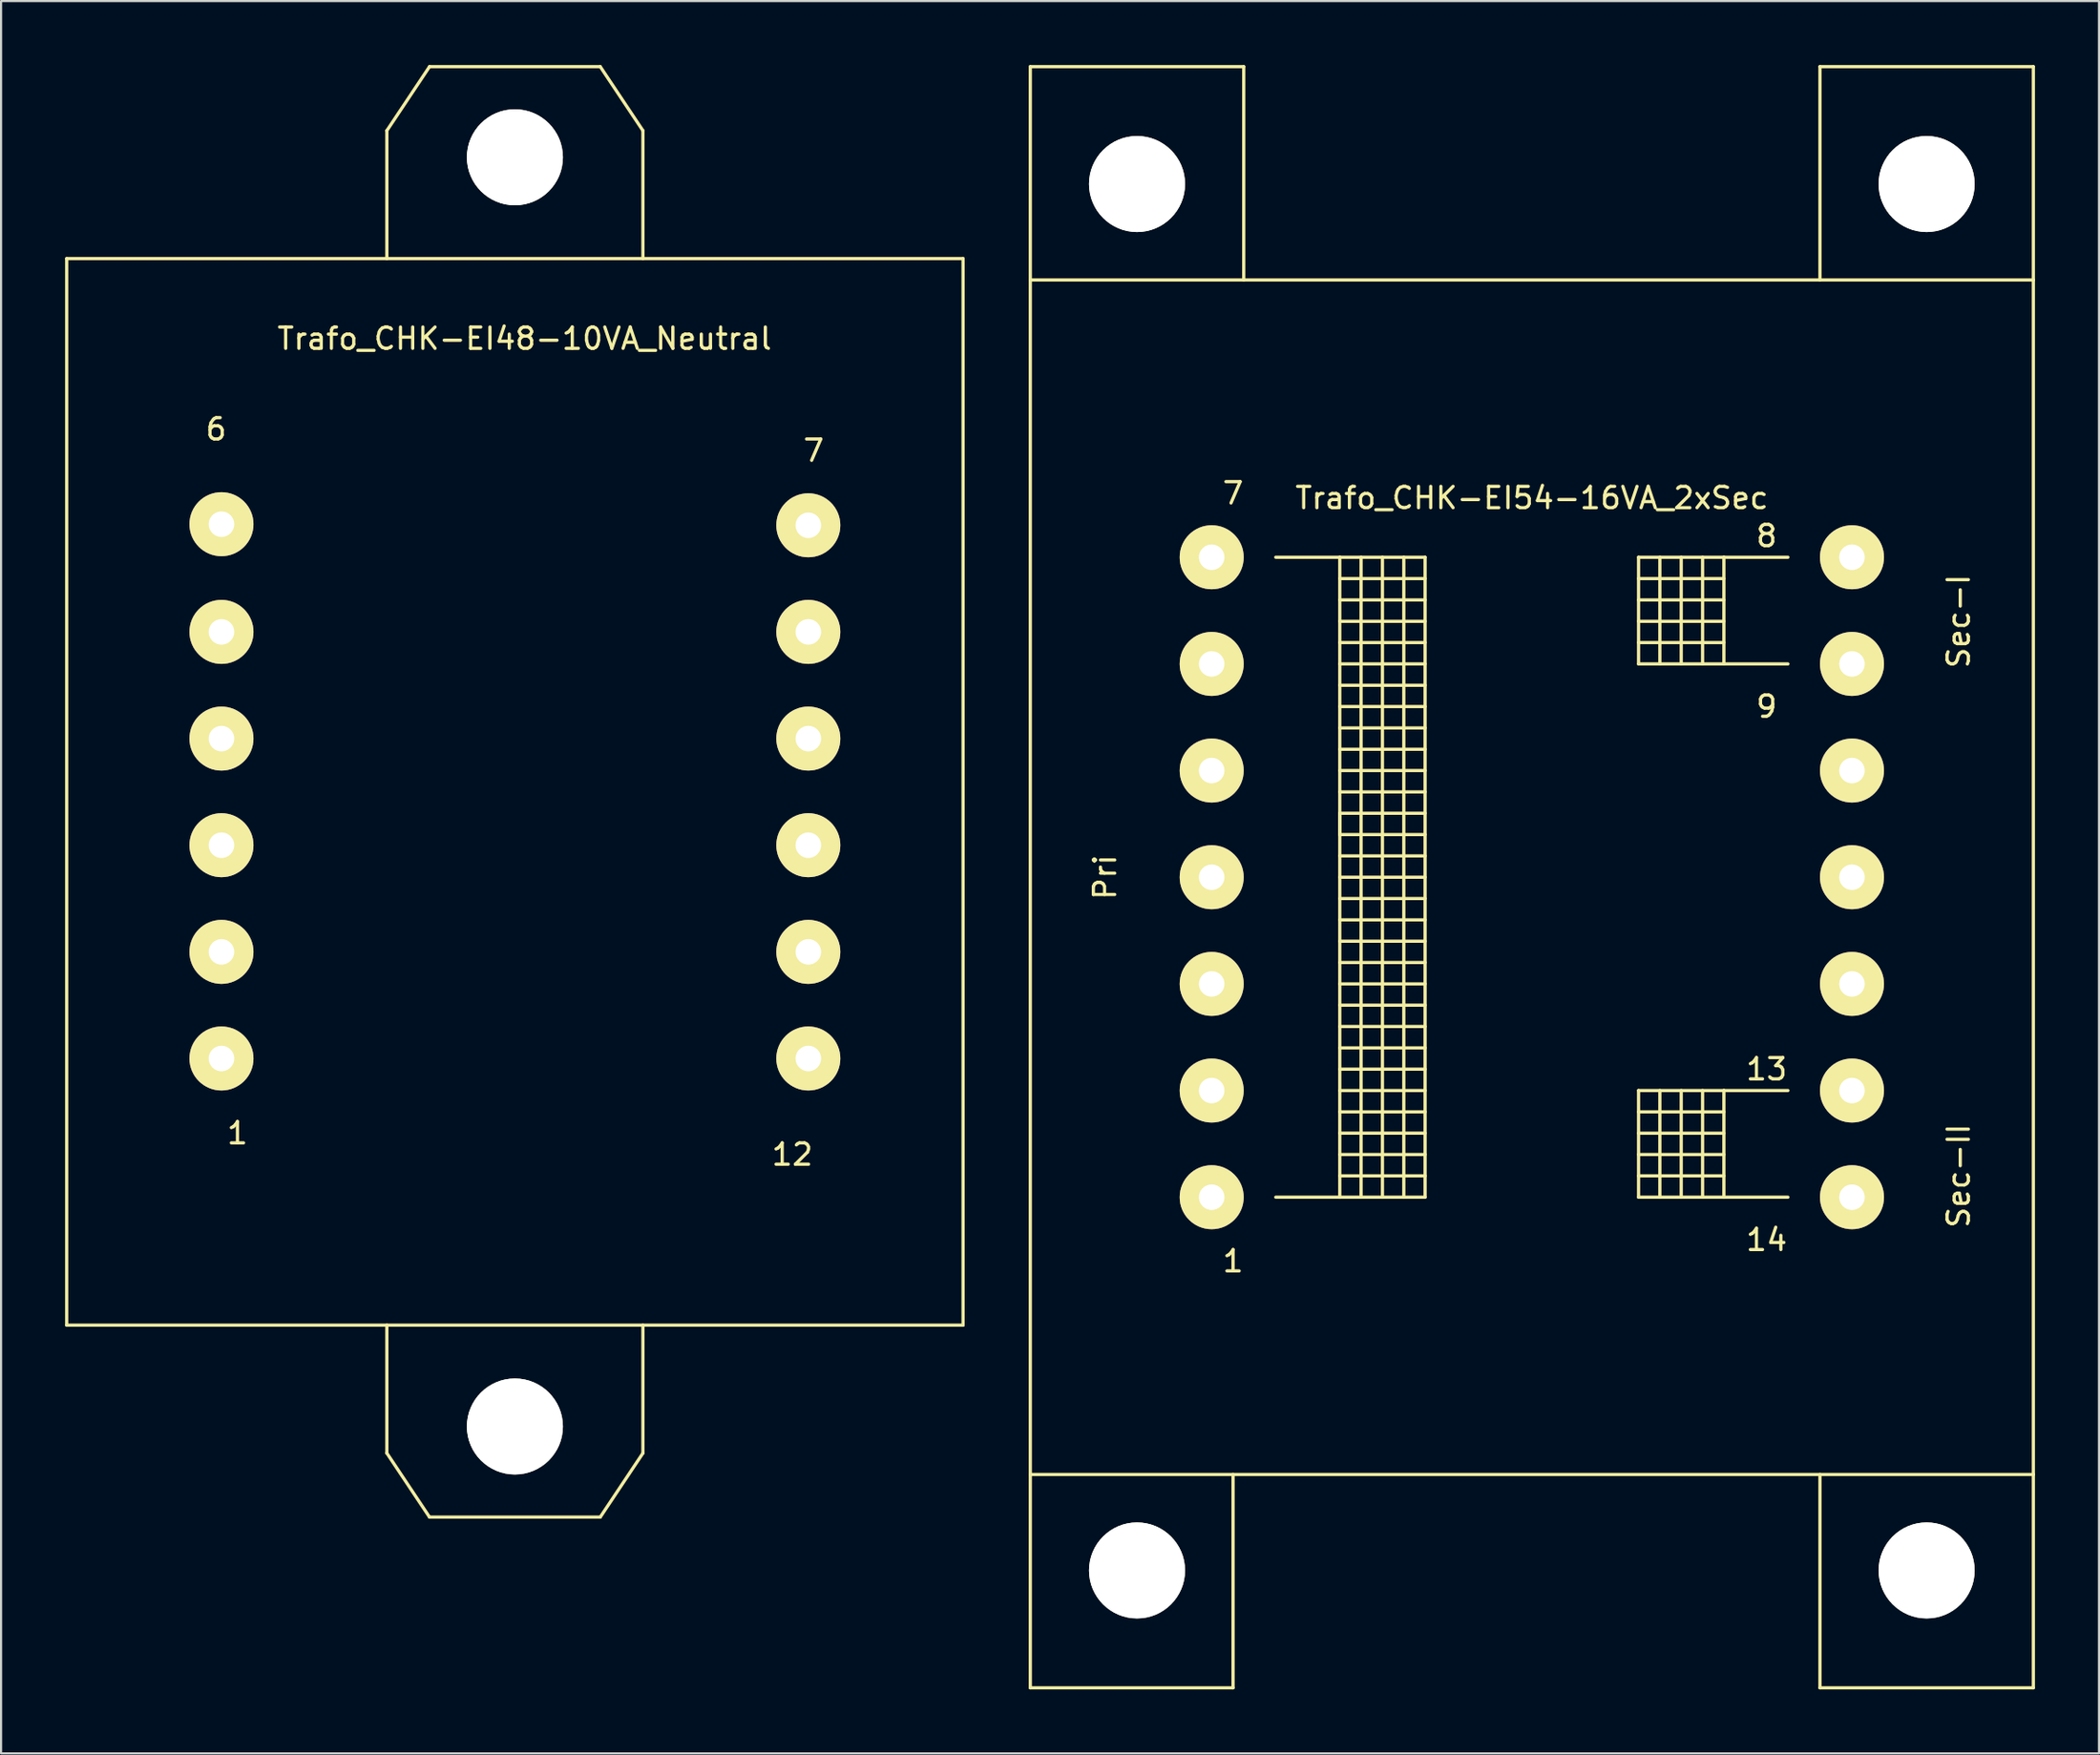
<source format=kicad_pcb>
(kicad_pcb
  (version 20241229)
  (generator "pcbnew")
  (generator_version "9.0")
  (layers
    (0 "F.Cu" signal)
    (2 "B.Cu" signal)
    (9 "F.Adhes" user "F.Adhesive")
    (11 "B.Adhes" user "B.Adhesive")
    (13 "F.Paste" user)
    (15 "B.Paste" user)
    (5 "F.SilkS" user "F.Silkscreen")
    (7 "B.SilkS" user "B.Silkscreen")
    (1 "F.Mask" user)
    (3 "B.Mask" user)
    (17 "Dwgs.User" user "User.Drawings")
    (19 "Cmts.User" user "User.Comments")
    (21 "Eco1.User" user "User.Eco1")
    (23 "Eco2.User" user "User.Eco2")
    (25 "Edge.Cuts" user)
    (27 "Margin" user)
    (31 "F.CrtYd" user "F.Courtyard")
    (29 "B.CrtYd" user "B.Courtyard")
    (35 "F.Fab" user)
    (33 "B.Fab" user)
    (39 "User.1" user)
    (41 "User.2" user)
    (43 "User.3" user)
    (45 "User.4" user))
  (footprint "Trafo_CHK-EI54-16VA_2xSec"
    (layer "F.Cu")
    (at 68.727 38.076)
    (property "Reference" "Trafo_CHK-EI54-16VA_2xSec" (at 0 -17.78 0) (layer "F.SilkS") (effects (font (size 1 1) (thickness 0.15))))
    (attr through_hole)
    (fp_line (start -23.5 -38.001) (end -13.5 -38.001) (stroke (width 0.15) (type solid)) (layer "F.SilkS"))
    (fp_line (start -23.5 -28.001) (end -23.5 -38.001) (stroke (width 0.15) (type solid)) (layer "F.SilkS"))
    (fp_line (start -23.5 -28.001) (end -23.5 28.001) (stroke (width 0.15) (type solid)) (layer "F.SilkS"))
    (fp_line (start -23.5 28.001) (end -23.5 38.001) (stroke (width 0.15) (type solid)) (layer "F.SilkS"))
    (fp_line (start -23.5 28.001) (end 23.5 28.001) (stroke (width 0.15) (type solid)) (layer "F.SilkS"))
    (fp_line (start -23.5 38.001) (end -14 38.001) (stroke (width 0.15) (type solid)) (layer "F.SilkS"))
    (fp_line (start -14 38.001) (end -14 28.001) (stroke (width 0.15) (type solid)) (layer "F.SilkS"))
    (fp_line (start -13.5 -38.001) (end -13.5 -28.001) (stroke (width 0.15) (type solid)) (layer "F.SilkS"))
    (fp_line (start -11.999 -15.001) (end -8.999 -15.001) (stroke (width 0.15) (type solid)) (layer "F.SilkS"))
    (fp_line (start -8.999 -15.001) (end -8.999 15.001) (stroke (width 0.15) (type solid)) (layer "F.SilkS"))
    (fp_line (start -8.999 -15.001) (end -5.001 -15.001) (stroke (width 0.15) (type solid)) (layer "F.SilkS"))
    (fp_line (start -8.999 -14) (end -5.001 -14) (stroke (width 0.15) (type solid)) (layer "F.SilkS"))
    (fp_line (start -8.999 -11.999) (end -5.001 -11.999) (stroke (width 0.15) (type solid)) (layer "F.SilkS"))
    (fp_line (start -8.999 -10) (end -5.001 -10) (stroke (width 0.15) (type solid)) (layer "F.SilkS"))
    (fp_line (start -8.999 -8.001) (end -5.001 -8.001) (stroke (width 0.15) (type solid)) (layer "F.SilkS"))
    (fp_line (start -8.999 -5.999) (end -5.001 -5.999) (stroke (width 0.15) (type solid)) (layer "F.SilkS"))
    (fp_line (start -8.999 -4) (end -5.001 -4) (stroke (width 0.15) (type solid)) (layer "F.SilkS"))
    (fp_line (start -8.999 -3) (end -8.999 -1.999) (stroke (width 0.15) (type solid)) (layer "F.SilkS"))
    (fp_line (start -8.999 -1.999) (end -5.001 -1.999) (stroke (width 0.15) (type solid)) (layer "F.SilkS"))
    (fp_line (start -8.999 0) (end -5.001 0) (stroke (width 0.15) (type solid)) (layer "F.SilkS"))
    (fp_line (start -8.999 1.999) (end -5.001 1.999) (stroke (width 0.15) (type solid)) (layer "F.SilkS"))
    (fp_line (start -8.999 4) (end -5.001 4) (stroke (width 0.15) (type solid)) (layer "F.SilkS"))
    (fp_line (start -8.999 5.999) (end -5.001 5.999) (stroke (width 0.15) (type solid)) (layer "F.SilkS"))
    (fp_line (start -8.999 8.001) (end -5.001 8.001) (stroke (width 0.15) (type solid)) (layer "F.SilkS"))
    (fp_line (start -8.999 10) (end -5.001 10) (stroke (width 0.15) (type solid)) (layer "F.SilkS"))
    (fp_line (start -8.999 11.999) (end -5.001 11.999) (stroke (width 0.15) (type solid)) (layer "F.SilkS"))
    (fp_line (start -8.999 14) (end -5.001 14) (stroke (width 0.15) (type solid)) (layer "F.SilkS"))
    (fp_line (start -8.999 15.001) (end -11.999 15.001) (stroke (width 0.15) (type solid)) (layer "F.SilkS"))
    (fp_line (start -8.001 15.001) (end -8.001 -15.001) (stroke (width 0.15) (type solid)) (layer "F.SilkS"))
    (fp_line (start -7 -15.001) (end -7 15.001) (stroke (width 0.15) (type solid)) (layer "F.SilkS"))
    (fp_line (start -5.999 15.001) (end -5.999 -15.001) (stroke (width 0.15) (type solid)) (layer "F.SilkS"))
    (fp_line (start -5.001 -15.001) (end -5.001 15.001) (stroke (width 0.15) (type solid)) (layer "F.SilkS"))
    (fp_line (start -5.001 -13) (end -8.999 -13) (stroke (width 0.15) (type solid)) (layer "F.SilkS"))
    (fp_line (start -5.001 -11.001) (end -8.999 -11.001) (stroke (width 0.15) (type solid)) (layer "F.SilkS"))
    (fp_line (start -5.001 -8.999) (end -8.999 -8.999) (stroke (width 0.15) (type solid)) (layer "F.SilkS"))
    (fp_line (start -5.001 -7) (end -8.999 -7) (stroke (width 0.15) (type solid)) (layer "F.SilkS"))
    (fp_line (start -5.001 -5.001) (end -8.999 -5.001) (stroke (width 0.15) (type solid)) (layer "F.SilkS"))
    (fp_line (start -5.001 -3) (end -8.999 -3) (stroke (width 0.15) (type solid)) (layer "F.SilkS"))
    (fp_line (start -5.001 -1.001) (end -8.999 -1.001) (stroke (width 0.15) (type solid)) (layer "F.SilkS"))
    (fp_line (start -5.001 1.001) (end -8.999 1.001) (stroke (width 0.15) (type solid)) (layer "F.SilkS"))
    (fp_line (start -5.001 3) (end -8.999 3) (stroke (width 0.15) (type solid)) (layer "F.SilkS"))
    (fp_line (start -5.001 5.001) (end -8.999 5.001) (stroke (width 0.15) (type solid)) (layer "F.SilkS"))
    (fp_line (start -5.001 7) (end -8.999 7) (stroke (width 0.15) (type solid)) (layer "F.SilkS"))
    (fp_line (start -5.001 8.999) (end -8.999 8.999) (stroke (width 0.15) (type solid)) (layer "F.SilkS"))
    (fp_line (start -5.001 11.001) (end -8.999 11.001) (stroke (width 0.15) (type solid)) (layer "F.SilkS"))
    (fp_line (start -5.001 13) (end -8.999 13) (stroke (width 0.15) (type solid)) (layer "F.SilkS"))
    (fp_line (start -5.001 15.001) (end -8.999 15.001) (stroke (width 0.15) (type solid)) (layer "F.SilkS"))
    (fp_line (start 5.001 -15.001) (end 5.001 -10) (stroke (width 0.15) (type solid)) (layer "F.SilkS"))
    (fp_line (start 5.001 -14) (end 8.999 -14) (stroke (width 0.15) (type solid)) (layer "F.SilkS"))
    (fp_line (start 5.001 -11.999) (end 8.999 -11.999) (stroke (width 0.15) (type solid)) (layer "F.SilkS"))
    (fp_line (start 5.001 -10) (end 8.999 -10) (stroke (width 0.15) (type solid)) (layer "F.SilkS"))
    (fp_line (start 5.001 10) (end 5.001 15.001) (stroke (width 0.15) (type solid)) (layer "F.SilkS"))
    (fp_line (start 5.001 11.001) (end 8.999 11.001) (stroke (width 0.15) (type solid)) (layer "F.SilkS"))
    (fp_line (start 5.001 13.002) (end 8.999 13.002) (stroke (width 0.15) (type solid)) (layer "F.SilkS"))
    (fp_line (start 5.001 15.001) (end 8.999 15.001) (stroke (width 0.15) (type solid)) (layer "F.SilkS"))
    (fp_line (start 5.999 -10) (end 5.999 -15.001) (stroke (width 0.15) (type solid)) (layer "F.SilkS"))
    (fp_line (start 5.999 15.001) (end 5.999 10) (stroke (width 0.15) (type solid)) (layer "F.SilkS"))
    (fp_line (start 7 -15.001) (end 7 -10) (stroke (width 0.15) (type solid)) (layer "F.SilkS"))
    (fp_line (start 7 10) (end 7 15.001) (stroke (width 0.15) (type solid)) (layer "F.SilkS"))
    (fp_line (start 8.001 -10) (end 8.001 -15.001) (stroke (width 0.15) (type solid)) (layer "F.SilkS"))
    (fp_line (start 8.001 15.001) (end 8.001 10) (stroke (width 0.15) (type solid)) (layer "F.SilkS"))
    (fp_line (start 8.999 -15.001) (end 5.001 -15.001) (stroke (width 0.15) (type solid)) (layer "F.SilkS"))
    (fp_line (start 8.999 -15.001) (end 8.999 -10) (stroke (width 0.15) (type solid)) (layer "F.SilkS"))
    (fp_line (start 8.999 -13) (end 5.001 -13) (stroke (width 0.15) (type solid)) (layer "F.SilkS"))
    (fp_line (start 8.999 -11.001) (end 5.001 -11.001) (stroke (width 0.15) (type solid)) (layer "F.SilkS"))
    (fp_line (start 8.999 -10) (end 11.999 -10) (stroke (width 0.15) (type solid)) (layer "F.SilkS"))
    (fp_line (start 8.999 10) (end 5.001 10) (stroke (width 0.15) (type solid)) (layer "F.SilkS"))
    (fp_line (start 8.999 10) (end 8.999 15.001) (stroke (width 0.15) (type solid)) (layer "F.SilkS"))
    (fp_line (start 8.999 12.002) (end 5.001 12.002) (stroke (width 0.15) (type solid)) (layer "F.SilkS"))
    (fp_line (start 8.999 14) (end 5.001 14) (stroke (width 0.15) (type solid)) (layer "F.SilkS"))
    (fp_line (start 8.999 15.001) (end 11.999 15.001) (stroke (width 0.15) (type solid)) (layer "F.SilkS"))
    (fp_line (start 11.999 -15.001) (end 8.999 -15.001) (stroke (width 0.15) (type solid)) (layer "F.SilkS"))
    (fp_line (start 11.999 10) (end 8.999 10) (stroke (width 0.15) (type solid)) (layer "F.SilkS"))
    (fp_line (start 13.5 -38.001) (end 13.5 -28.001) (stroke (width 0.15) (type solid)) (layer "F.SilkS"))
    (fp_line (start 13.5 38.001) (end 13.5 28.001) (stroke (width 0.15) (type solid)) (layer "F.SilkS"))
    (fp_line (start 23.5 -38.001) (end 13.5 -38.001) (stroke (width 0.15) (type solid)) (layer "F.SilkS"))
    (fp_line (start 23.5 -28.001) (end -23.5 -28.001) (stroke (width 0.15) (type solid)) (layer "F.SilkS"))
    (fp_line (start 23.5 -28.001) (end 23.5 -38.001) (stroke (width 0.15) (type solid)) (layer "F.SilkS"))
    (fp_line (start 23.5 28.001) (end 23.5 -28.001) (stroke (width 0.15) (type solid)) (layer "F.SilkS"))
    (fp_line (start 23.5 28.001) (end 23.5 38.001) (stroke (width 0.15) (type solid)) (layer "F.SilkS"))
    (fp_line (start 23.5 38.001) (end 13.5 38.001) (stroke (width 0.15) (type solid)) (layer "F.SilkS"))
    (fp_text user "14" (at 11.001 17 0) (layer "F.SilkS") (effects (font (size 1 1) (thickness 0.15))))
    (fp_text user "Sec-I" (at 20 -11.999 90) (layer "F.SilkS") (effects (font (size 1 1) (thickness 0.15))))
    (fp_text user "1" (at -14 18.001 0) (layer "F.SilkS") (effects (font (size 1 1) (thickness 0.15))))
    (fp_text user "7" (at -14 -18.001 0) (layer "F.SilkS") (effects (font (size 1 1) (thickness 0.15))))
    (fp_text user "8" (at 11.001 -15.999 0) (layer "F.SilkS") (effects (font (size 1 1) (thickness 0.15))))
    (fp_text user "Pri" (at -20 0 90) (layer "F.SilkS") (effects (font (size 1 1) (thickness 0.15))))
    (fp_text user "9" (at 11.001 -8.001 0) (layer "F.SilkS") (effects (font (size 1 1) (thickness 0.15))))
    (fp_text user "Sec-II" (at 20 14 90) (layer "F.SilkS") (effects (font (size 1 1) (thickness 0.15))))
    (fp_text user "13" (at 11.001 8.999 0) (layer "F.SilkS") (effects (font (size 1 1) (thickness 0.15))))
    (pad "" np_thru_hole circle (at -18.499 -32.499) (size 4.501 4.501) (drill 4.501) (layers "*.Cu" "*.Mask" "F.SilkS"))
    (pad "" np_thru_hole circle (at -18.499 32.499) (size 4.501 4.501) (drill 4.501) (layers "*.Cu" "*.Mask" "F.SilkS"))
    (pad "" np_thru_hole circle (at 18.499 -32.499) (size 4.501 4.501) (drill 4.501) (layers "*.Cu" "*.Mask" "F.SilkS"))
    (pad "" np_thru_hole circle (at 18.499 32.499) (size 4.501 4.501) (drill 4.501) (layers "*.Cu" "*.Mask" "F.SilkS"))
    (pad "1" thru_hole circle (at -15.001 15.001) (size 3 3) (drill 1.199) (layers "*.Cu" "*.Mask" "F.SilkS"))
    (pad "2" thru_hole circle (at -15.001 10) (size 3 3) (drill 1.199) (layers "*.Cu" "*.Mask" "F.SilkS"))
    (pad "3" thru_hole circle (at -15.001 5.001) (size 3 3) (drill 1.199) (layers "*.Cu" "*.Mask" "F.SilkS"))
    (pad "4" thru_hole circle (at -15.001 0) (size 3 3) (drill 1.199) (layers "*.Cu" "*.Mask" "F.SilkS"))
    (pad "5" thru_hole circle (at -15.001 -5.001) (size 3 3) (drill 1.199) (layers "*.Cu" "*.Mask" "F.SilkS"))
    (pad "6" thru_hole circle (at -15.001 -10) (size 3 3) (drill 1.199) (layers "*.Cu" "*.Mask" "F.SilkS"))
    (pad "7" thru_hole circle (at -15.001 -15.001) (size 3 3) (drill 1.199) (layers "*.Cu" "*.Mask" "F.SilkS"))
    (pad "8" thru_hole circle (at 15.001 -15.001) (size 3 3) (drill 1.199) (layers "*.Cu" "*.Mask" "F.SilkS"))
    (pad "9" thru_hole circle (at 15.001 -10) (size 3 3) (drill 1.199) (layers "*.Cu" "*.Mask" "F.SilkS"))
    (pad "10" thru_hole circle (at 15.001 -5.001) (size 3 3) (drill 1.199) (layers "*.Cu" "*.Mask" "F.SilkS"))
    (pad "11" thru_hole circle (at 15.001 0) (size 3 3) (drill 1.199) (layers "*.Cu" "*.Mask" "F.SilkS"))
    (pad "12" thru_hole circle (at 15.001 5.001) (size 3 3) (drill 1.199) (layers "*.Cu" "*.Mask" "F.SilkS"))
    (pad "13" thru_hole circle (at 15.001 10) (size 3 3) (drill 1.199) (layers "*.Cu" "*.Mask" "F.SilkS"))
    (pad "14" thru_hole circle (at 15.001 15.001) (size 3 3) (drill 1.199) (layers "*.Cu" "*.Mask" "F.SilkS")))
  (footprint "Trafo_CHK-EI48-10VA_Neutral"
    (layer "F.Cu")
    (at 21.076 34.075)
    (property "Reference" "Trafo_CHK-EI48-10VA_Neutral" (at 0.45 -21.25 0) (layer "F.SilkS") (effects (font (size 1 1) (thickness 0.15))))
    (attr through_hole)
    (fp_line (start -21.001 -25.001) (end -21.001 25.001) (stroke (width 0.15) (type solid)) (layer "F.SilkS"))
    (fp_line (start -21.001 25.001) (end 21.001 25.001) (stroke (width 0.15) (type solid)) (layer "F.SilkS"))
    (fp_line (start -5.999 -31.001) (end -5.999 -25.001) (stroke (width 0.15) (type solid)) (layer "F.SilkS"))
    (fp_line (start -5.999 31.001) (end -5.999 25.001) (stroke (width 0.15) (type solid)) (layer "F.SilkS"))
    (fp_line (start -4 -34) (end -5.999 -31.001) (stroke (width 0.15) (type solid)) (layer "F.SilkS"))
    (fp_line (start -4 34) (end -5.999 31.001) (stroke (width 0.15) (type solid)) (layer "F.SilkS"))
    (fp_line (start 4 -34) (end -4 -34) (stroke (width 0.15) (type solid)) (layer "F.SilkS"))
    (fp_line (start 4 34) (end -4 34) (stroke (width 0.15) (type solid)) (layer "F.SilkS"))
    (fp_line (start 5.999 -31.001) (end 4 -34) (stroke (width 0.15) (type solid)) (layer "F.SilkS"))
    (fp_line (start 5.999 -25.001) (end 5.999 -31.001) (stroke (width 0.15) (type solid)) (layer "F.SilkS"))
    (fp_line (start 5.999 25.001) (end 5.999 31.001) (stroke (width 0.15) (type solid)) (layer "F.SilkS"))
    (fp_line (start 5.999 31.001) (end 4 34) (stroke (width 0.15) (type solid)) (layer "F.SilkS"))
    (fp_line (start 21.001 -25.001) (end -21.001 -25.001) (stroke (width 0.15) (type solid)) (layer "F.SilkS"))
    (fp_line (start 21.001 25.001) (end 21.001 -25.001) (stroke (width 0.15) (type solid)) (layer "F.SilkS"))
    (fp_text user "12" (at 13 17 0) (layer "F.SilkS") (effects (font (size 1 1) (thickness 0.15))))
    (fp_text user "7" (at 14 -15.999 0) (layer "F.SilkS") (effects (font (size 1 1) (thickness 0.15))))
    (fp_text user "1" (at -13 15.999 0) (layer "F.SilkS") (effects (font (size 1 1) (thickness 0.15))))
    (fp_text user "6" (at -14 -17 0) (layer "F.SilkS") (effects (font (size 1 1) (thickness 0.15))))
    (pad "" np_thru_hole circle (at 0 -29.751) (size 4.501 4.501) (drill 4.501) (layers "*.Cu" "*.Mask" "F.SilkS"))
    (pad "" np_thru_hole circle (at 0 29.751) (size 4.501 4.501) (drill 4.501) (layers "*.Cu" "*.Mask" "F.SilkS"))
    (pad "1" thru_hole circle (at -13.749 12.499) (size 3 3) (drill 1.199) (layers "*.Cu" "*.Mask" "F.SilkS"))
    (pad "2" thru_hole circle (at -13.749 7.501) (size 3 3) (drill 1.199) (layers "*.Cu" "*.Mask" "F.SilkS"))
    (pad "3" thru_hole circle (at -13.749 2.499) (size 3 3) (drill 1.199) (layers "*.Cu" "*.Mask" "F.SilkS"))
    (pad "4" thru_hole circle (at -13.749 -2.499) (size 3 3) (drill 1.199) (layers "*.Cu" "*.Mask" "F.SilkS"))
    (pad "5" thru_hole circle (at -13.749 -7.501) (size 3 3) (drill 1.199) (layers "*.Cu" "*.Mask" "F.SilkS"))
    (pad "6" thru_hole circle (at -13.749 -12.55) (size 3 3) (drill 1.199) (layers "*.Cu" "*.Mask" "F.SilkS"))
    (pad "7" thru_hole circle (at 13.749 -12.499) (size 3 3) (drill 1.199) (layers "*.Cu" "*.Mask" "F.SilkS"))
    (pad "8" thru_hole circle (at 13.749 -7.501) (size 3 3) (drill 1.199) (layers "*.Cu" "*.Mask" "F.SilkS"))
    (pad "9" thru_hole circle (at 13.749 -2.499) (size 3 3) (drill 1.199) (layers "*.Cu" "*.Mask" "F.SilkS"))
    (pad "10" thru_hole circle (at 13.749 2.499) (size 3 3) (drill 1.199) (layers "*.Cu" "*.Mask" "F.SilkS"))
    (pad "11" thru_hole circle (at 13.749 7.501) (size 3 3) (drill 1.199) (layers "*.Cu" "*.Mask" "F.SilkS"))
    (pad "12" thru_hole circle (at 13.749 12.499) (size 3 3) (drill 1.199) (layers "*.Cu" "*.Mask" "F.SilkS")))
  (gr_rect
    (start -3 -3)
    (end 95.302 79.152)
    (stroke (width 0.1) (type default))
    (fill no)
    (layer "Edge.Cuts")))
</source>
